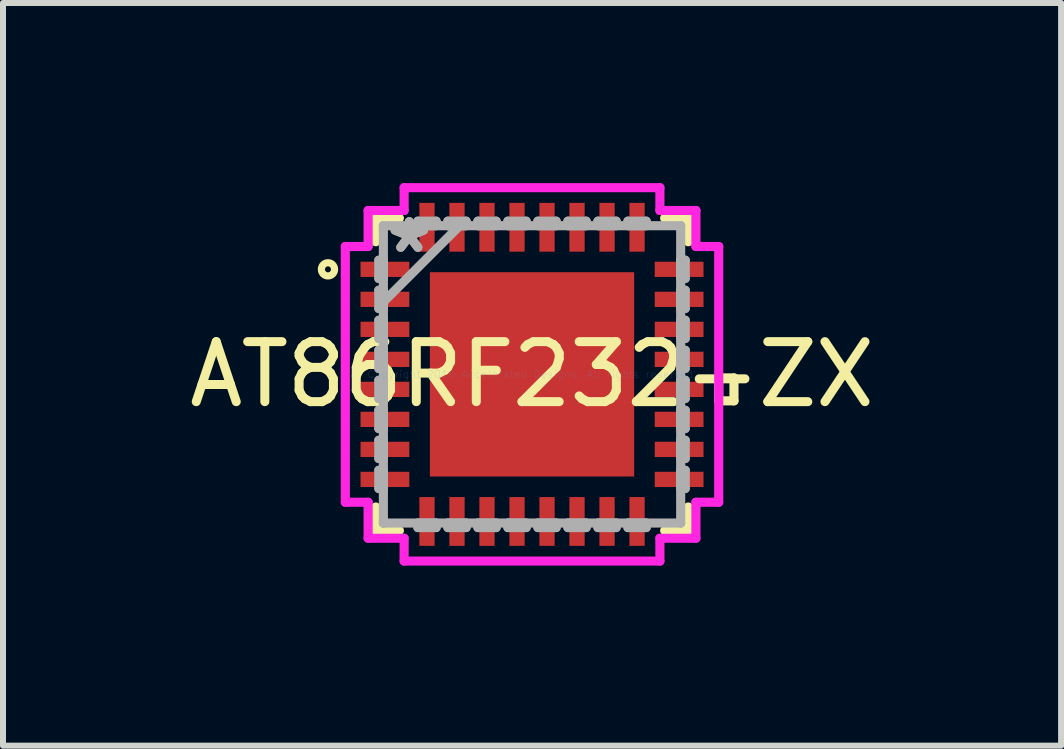
<source format=kicad_pcb>
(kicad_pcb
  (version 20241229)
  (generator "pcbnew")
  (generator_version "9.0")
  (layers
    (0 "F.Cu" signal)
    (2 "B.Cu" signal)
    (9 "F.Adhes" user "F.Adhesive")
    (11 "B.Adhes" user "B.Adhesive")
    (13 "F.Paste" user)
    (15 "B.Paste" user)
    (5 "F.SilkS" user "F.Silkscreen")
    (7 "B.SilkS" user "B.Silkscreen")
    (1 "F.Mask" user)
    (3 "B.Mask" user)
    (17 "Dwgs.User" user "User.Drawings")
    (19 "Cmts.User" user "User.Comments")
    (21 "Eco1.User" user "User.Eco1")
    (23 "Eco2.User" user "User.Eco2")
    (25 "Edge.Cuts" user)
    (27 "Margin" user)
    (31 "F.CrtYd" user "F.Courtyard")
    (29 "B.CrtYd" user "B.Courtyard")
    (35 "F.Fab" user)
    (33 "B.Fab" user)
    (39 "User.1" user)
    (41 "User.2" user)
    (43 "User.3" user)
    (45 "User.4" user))
  (footprint "AT86RF232-ZX"
    (layer "F.Cu")
    (at 5.815 3.188)
    (property "Reference" "AT86RF232-ZX" (at 0 0 0) (layer "F.SilkS") (effects (font (size 1 1) (thickness 0.15))))
    (attr through_hole)
    (fp_line (start -2.603 -2.603) (end -2.603 -2.21) (stroke (width 0.152) (type solid)) (layer "F.SilkS"))
    (fp_line (start -2.603 2.21) (end -2.603 2.603) (stroke (width 0.152) (type solid)) (layer "F.SilkS"))
    (fp_line (start -2.603 2.603) (end -2.21 2.603) (stroke (width 0.152) (type solid)) (layer "F.SilkS"))
    (fp_line (start -2.21 -2.603) (end -2.603 -2.603) (stroke (width 0.152) (type solid)) (layer "F.SilkS"))
    (fp_line (start 2.21 2.603) (end 2.603 2.603) (stroke (width 0.152) (type solid)) (layer "F.SilkS"))
    (fp_line (start 2.603 -2.603) (end 2.21 -2.603) (stroke (width 0.152) (type solid)) (layer "F.SilkS"))
    (fp_line (start 2.603 -2.21) (end 2.603 -2.603) (stroke (width 0.152) (type solid)) (layer "F.SilkS"))
    (fp_line (start 2.603 2.603) (end 2.603 2.21) (stroke (width 0.152) (type solid)) (layer "F.SilkS"))
    (fp_line (start 3.111 0.059) (end 3.365 0.059) (stroke (width 0.152) (type solid)) (layer "F.SilkS"))
    (fp_line (start 3.111 0.441) (end 3.111 0.059) (stroke (width 0.152) (type solid)) (layer "F.SilkS"))
    (fp_line (start 3.365 0.059) (end 3.365 0.441) (stroke (width 0.152) (type solid)) (layer "F.SilkS"))
    (fp_line (start 3.365 0.441) (end 3.111 0.441) (stroke (width 0.152) (type solid)) (layer "F.SilkS"))
    (fp_circle (center -3.4 -1.75) (end -3.45 -1.75) (stroke (width 0.12) (type solid)) (fill no) (layer "F.SilkS"))
    (fp_line (start -1.602 -1.602) (end -1.602 -0.1) (stroke (width 0.152) (type solid)) (layer "F.Paste"))
    (fp_line (start -1.602 -0.1) (end -0.1 -0.1) (stroke (width 0.152) (type solid)) (layer "F.Paste"))
    (fp_line (start -1.602 0.1) (end -1.602 1.602) (stroke (width 0.152) (type solid)) (layer "F.Paste"))
    (fp_line (start -1.602 1.602) (end -0.1 1.602) (stroke (width 0.152) (type solid)) (layer "F.Paste"))
    (fp_line (start -0.1 -1.602) (end -1.602 -1.602) (stroke (width 0.152) (type solid)) (layer "F.Paste"))
    (fp_line (start -0.1 -0.1) (end -0.1 -1.602) (stroke (width 0.152) (type solid)) (layer "F.Paste"))
    (fp_line (start -0.1 0.1) (end -1.602 0.1) (stroke (width 0.152) (type solid)) (layer "F.Paste"))
    (fp_line (start -0.1 1.602) (end -0.1 0.1) (stroke (width 0.152) (type solid)) (layer "F.Paste"))
    (fp_line (start 0.1 -1.602) (end 0.1 -0.1) (stroke (width 0.152) (type solid)) (layer "F.Paste"))
    (fp_line (start 0.1 -0.1) (end 1.602 -0.1) (stroke (width 0.152) (type solid)) (layer "F.Paste"))
    (fp_line (start 0.1 0.1) (end 0.1 1.602) (stroke (width 0.152) (type solid)) (layer "F.Paste"))
    (fp_line (start 0.1 1.602) (end 1.602 1.602) (stroke (width 0.152) (type solid)) (layer "F.Paste"))
    (fp_line (start 1.602 -1.602) (end 0.1 -1.602) (stroke (width 0.152) (type solid)) (layer "F.Paste"))
    (fp_line (start 1.602 -0.1) (end 1.602 -1.602) (stroke (width 0.152) (type solid)) (layer "F.Paste"))
    (fp_line (start 1.602 0.1) (end 0.1 0.1) (stroke (width 0.152) (type solid)) (layer "F.Paste"))
    (fp_line (start 1.602 1.602) (end 1.602 0.1) (stroke (width 0.152) (type solid)) (layer "F.Paste"))
    (fp_line (start -3.111 -2.131) (end -2.731 -2.131) (stroke (width 0.152) (type solid)) (layer "F.CrtYd"))
    (fp_line (start -3.111 2.131) (end -3.111 -2.131) (stroke (width 0.152) (type solid)) (layer "F.CrtYd"))
    (fp_line (start -2.731 -2.731) (end -2.131 -2.731) (stroke (width 0.152) (type solid)) (layer "F.CrtYd"))
    (fp_line (start -2.731 -2.131) (end -2.731 -2.731) (stroke (width 0.152) (type solid)) (layer "F.CrtYd"))
    (fp_line (start -2.731 2.131) (end -3.111 2.131) (stroke (width 0.152) (type solid)) (layer "F.CrtYd"))
    (fp_line (start -2.731 2.731) (end -2.731 2.131) (stroke (width 0.152) (type solid)) (layer "F.CrtYd"))
    (fp_line (start -2.131 -3.111) (end 2.131 -3.111) (stroke (width 0.152) (type solid)) (layer "F.CrtYd"))
    (fp_line (start -2.131 -2.731) (end -2.131 -3.111) (stroke (width 0.152) (type solid)) (layer "F.CrtYd"))
    (fp_line (start -2.131 2.731) (end -2.731 2.731) (stroke (width 0.152) (type solid)) (layer "F.CrtYd"))
    (fp_line (start -2.131 3.111) (end -2.131 2.731) (stroke (width 0.152) (type solid)) (layer "F.CrtYd"))
    (fp_line (start 2.131 -3.111) (end 2.131 -2.731) (stroke (width 0.152) (type solid)) (layer "F.CrtYd"))
    (fp_line (start 2.131 -2.731) (end 2.731 -2.731) (stroke (width 0.152) (type solid)) (layer "F.CrtYd"))
    (fp_line (start 2.131 2.731) (end 2.131 3.111) (stroke (width 0.152) (type solid)) (layer "F.CrtYd"))
    (fp_line (start 2.131 3.111) (end -2.131 3.111) (stroke (width 0.152) (type solid)) (layer "F.CrtYd"))
    (fp_line (start 2.731 -2.731) (end 2.731 -2.131) (stroke (width 0.152) (type solid)) (layer "F.CrtYd"))
    (fp_line (start 2.731 -2.131) (end 3.111 -2.131) (stroke (width 0.152) (type solid)) (layer "F.CrtYd"))
    (fp_line (start 2.731 2.131) (end 2.731 2.731) (stroke (width 0.152) (type solid)) (layer "F.CrtYd"))
    (fp_line (start 2.731 2.731) (end 2.131 2.731) (stroke (width 0.152) (type solid)) (layer "F.CrtYd"))
    (fp_line (start 3.111 -2.131) (end 3.111 2.131) (stroke (width 0.152) (type solid)) (layer "F.CrtYd"))
    (fp_line (start 3.111 2.131) (end 2.731 2.131) (stroke (width 0.152) (type solid)) (layer "F.CrtYd"))
    (fp_line (start -2.553 -1.902) (end -2.553 -1.598) (stroke (width 0.152) (type solid)) (layer "F.Fab"))
    (fp_line (start -2.553 -1.598) (end -2.477 -1.598) (stroke (width 0.152) (type solid)) (layer "F.Fab"))
    (fp_line (start -2.553 -1.402) (end -2.553 -1.098) (stroke (width 0.152) (type solid)) (layer "F.Fab"))
    (fp_line (start -2.553 -1.098) (end -2.477 -1.098) (stroke (width 0.152) (type solid)) (layer "F.Fab"))
    (fp_line (start -2.553 -0.902) (end -2.553 -0.598) (stroke (width 0.152) (type solid)) (layer "F.Fab"))
    (fp_line (start -2.553 -0.598) (end -2.477 -0.598) (stroke (width 0.152) (type solid)) (layer "F.Fab"))
    (fp_line (start -2.553 -0.402) (end -2.553 -0.098) (stroke (width 0.152) (type solid)) (layer "F.Fab"))
    (fp_line (start -2.553 -0.098) (end -2.477 -0.098) (stroke (width 0.152) (type solid)) (layer "F.Fab"))
    (fp_line (start -2.553 0.098) (end -2.553 0.402) (stroke (width 0.152) (type solid)) (layer "F.Fab"))
    (fp_line (start -2.553 0.402) (end -2.477 0.402) (stroke (width 0.152) (type solid)) (layer "F.Fab"))
    (fp_line (start -2.553 0.598) (end -2.553 0.902) (stroke (width 0.152) (type solid)) (layer "F.Fab"))
    (fp_line (start -2.553 0.902) (end -2.477 0.902) (stroke (width 0.152) (type solid)) (layer "F.Fab"))
    (fp_line (start -2.553 1.098) (end -2.553 1.402) (stroke (width 0.152) (type solid)) (layer "F.Fab"))
    (fp_line (start -2.553 1.402) (end -2.477 1.402) (stroke (width 0.152) (type solid)) (layer "F.Fab"))
    (fp_line (start -2.553 1.598) (end -2.553 1.902) (stroke (width 0.152) (type solid)) (layer "F.Fab"))
    (fp_line (start -2.553 1.902) (end -2.477 1.902) (stroke (width 0.152) (type solid)) (layer "F.Fab"))
    (fp_line (start -2.477 -2.477) (end -2.477 -2.477) (stroke (width 0.152) (type solid)) (layer "F.Fab"))
    (fp_line (start -2.477 -2.477) (end -2.477 2.477) (stroke (width 0.152) (type solid)) (layer "F.Fab"))
    (fp_line (start -2.477 -1.902) (end -2.553 -1.902) (stroke (width 0.152) (type solid)) (layer "F.Fab"))
    (fp_line (start -2.477 -1.598) (end -2.477 -1.902) (stroke (width 0.152) (type solid)) (layer "F.Fab"))
    (fp_line (start -2.477 -1.402) (end -2.553 -1.402) (stroke (width 0.152) (type solid)) (layer "F.Fab"))
    (fp_line (start -2.477 -1.206) (end -1.206 -2.477) (stroke (width 0.152) (type solid)) (layer "F.Fab"))
    (fp_line (start -2.477 -1.098) (end -2.477 -1.402) (stroke (width 0.152) (type solid)) (layer "F.Fab"))
    (fp_line (start -2.477 -0.902) (end -2.553 -0.902) (stroke (width 0.152) (type solid)) (layer "F.Fab"))
    (fp_line (start -2.477 -0.598) (end -2.477 -0.902) (stroke (width 0.152) (type solid)) (layer "F.Fab"))
    (fp_line (start -2.477 -0.402) (end -2.553 -0.402) (stroke (width 0.152) (type solid)) (layer "F.Fab"))
    (fp_line (start -2.477 -0.098) (end -2.477 -0.402) (stroke (width 0.152) (type solid)) (layer "F.Fab"))
    (fp_line (start -2.477 0.098) (end -2.553 0.098) (stroke (width 0.152) (type solid)) (layer "F.Fab"))
    (fp_line (start -2.477 0.402) (end -2.477 0.098) (stroke (width 0.152) (type solid)) (layer "F.Fab"))
    (fp_line (start -2.477 0.598) (end -2.553 0.598) (stroke (width 0.152) (type solid)) (layer "F.Fab"))
    (fp_line (start -2.477 0.902) (end -2.477 0.598) (stroke (width 0.152) (type solid)) (layer "F.Fab"))
    (fp_line (start -2.477 1.098) (end -2.553 1.098) (stroke (width 0.152) (type solid)) (layer "F.Fab"))
    (fp_line (start -2.477 1.402) (end -2.477 1.098) (stroke (width 0.152) (type solid)) (layer "F.Fab"))
    (fp_line (start -2.477 1.598) (end -2.553 1.598) (stroke (width 0.152) (type solid)) (layer "F.Fab"))
    (fp_line (start -2.477 1.902) (end -2.477 1.598) (stroke (width 0.152) (type solid)) (layer "F.Fab"))
    (fp_line (start -2.477 2.477) (end -2.477 2.477) (stroke (width 0.152) (type solid)) (layer "F.Fab"))
    (fp_line (start -2.477 2.477) (end 2.477 2.477) (stroke (width 0.152) (type solid)) (layer "F.Fab"))
    (fp_line (start -1.902 -2.553) (end -1.902 -2.477) (stroke (width 0.152) (type solid)) (layer "F.Fab"))
    (fp_line (start -1.902 -2.477) (end -1.598 -2.477) (stroke (width 0.152) (type solid)) (layer "F.Fab"))
    (fp_line (start -1.902 2.477) (end -1.902 2.553) (stroke (width 0.152) (type solid)) (layer "F.Fab"))
    (fp_line (start -1.902 2.553) (end -1.598 2.553) (stroke (width 0.152) (type solid)) (layer "F.Fab"))
    (fp_line (start -1.598 -2.553) (end -1.902 -2.553) (stroke (width 0.152) (type solid)) (layer "F.Fab"))
    (fp_line (start -1.598 -2.477) (end -1.598 -2.553) (stroke (width 0.152) (type solid)) (layer "F.Fab"))
    (fp_line (start -1.598 2.477) (end -1.902 2.477) (stroke (width 0.152) (type solid)) (layer "F.Fab"))
    (fp_line (start -1.598 2.553) (end -1.598 2.477) (stroke (width 0.152) (type solid)) (layer "F.Fab"))
    (fp_line (start -1.402 -2.553) (end -1.402 -2.477) (stroke (width 0.152) (type solid)) (layer "F.Fab"))
    (fp_line (start -1.402 -2.477) (end -1.098 -2.477) (stroke (width 0.152) (type solid)) (layer "F.Fab"))
    (fp_line (start -1.402 2.477) (end -1.402 2.553) (stroke (width 0.152) (type solid)) (layer "F.Fab"))
    (fp_line (start -1.402 2.553) (end -1.098 2.553) (stroke (width 0.152) (type solid)) (layer "F.Fab"))
    (fp_line (start -1.098 -2.553) (end -1.402 -2.553) (stroke (width 0.152) (type solid)) (layer "F.Fab"))
    (fp_line (start -1.098 -2.477) (end -1.098 -2.553) (stroke (width 0.152) (type solid)) (layer "F.Fab"))
    (fp_line (start -1.098 2.477) (end -1.402 2.477) (stroke (width 0.152) (type solid)) (layer "F.Fab"))
    (fp_line (start -1.098 2.553) (end -1.098 2.477) (stroke (width 0.152) (type solid)) (layer "F.Fab"))
    (fp_line (start -0.902 -2.553) (end -0.902 -2.477) (stroke (width 0.152) (type solid)) (layer "F.Fab"))
    (fp_line (start -0.902 -2.477) (end -0.598 -2.477) (stroke (width 0.152) (type solid)) (layer "F.Fab"))
    (fp_line (start -0.902 2.477) (end -0.902 2.553) (stroke (width 0.152) (type solid)) (layer "F.Fab"))
    (fp_line (start -0.902 2.553) (end -0.598 2.553) (stroke (width 0.152) (type solid)) (layer "F.Fab"))
    (fp_line (start -0.598 -2.553) (end -0.902 -2.553) (stroke (width 0.152) (type solid)) (layer "F.Fab"))
    (fp_line (start -0.598 -2.477) (end -0.598 -2.553) (stroke (width 0.152) (type solid)) (layer "F.Fab"))
    (fp_line (start -0.598 2.477) (end -0.902 2.477) (stroke (width 0.152) (type solid)) (layer "F.Fab"))
    (fp_line (start -0.598 2.553) (end -0.598 2.477) (stroke (width 0.152) (type solid)) (layer "F.Fab"))
    (fp_line (start -0.402 -2.553) (end -0.402 -2.477) (stroke (width 0.152) (type solid)) (layer "F.Fab"))
    (fp_line (start -0.402 -2.477) (end -0.098 -2.477) (stroke (width 0.152) (type solid)) (layer "F.Fab"))
    (fp_line (start -0.402 2.477) (end -0.402 2.553) (stroke (width 0.152) (type solid)) (layer "F.Fab"))
    (fp_line (start -0.402 2.553) (end -0.098 2.553) (stroke (width 0.152) (type solid)) (layer "F.Fab"))
    (fp_line (start -0.098 -2.553) (end -0.402 -2.553) (stroke (width 0.152) (type solid)) (layer "F.Fab"))
    (fp_line (start -0.098 -2.477) (end -0.098 -2.553) (stroke (width 0.152) (type solid)) (layer "F.Fab"))
    (fp_line (start -0.098 2.477) (end -0.402 2.477) (stroke (width 0.152) (type solid)) (layer "F.Fab"))
    (fp_line (start -0.098 2.553) (end -0.098 2.477) (stroke (width 0.152) (type solid)) (layer "F.Fab"))
    (fp_line (start 0.098 -2.553) (end 0.098 -2.477) (stroke (width 0.152) (type solid)) (layer "F.Fab"))
    (fp_line (start 0.098 -2.477) (end 0.402 -2.477) (stroke (width 0.152) (type solid)) (layer "F.Fab"))
    (fp_line (start 0.098 2.477) (end 0.098 2.553) (stroke (width 0.152) (type solid)) (layer "F.Fab"))
    (fp_line (start 0.098 2.553) (end 0.402 2.553) (stroke (width 0.152) (type solid)) (layer "F.Fab"))
    (fp_line (start 0.402 -2.553) (end 0.098 -2.553) (stroke (width 0.152) (type solid)) (layer "F.Fab"))
    (fp_line (start 0.402 -2.477) (end 0.402 -2.553) (stroke (width 0.152) (type solid)) (layer "F.Fab"))
    (fp_line (start 0.402 2.477) (end 0.098 2.477) (stroke (width 0.152) (type solid)) (layer "F.Fab"))
    (fp_line (start 0.402 2.553) (end 0.402 2.477) (stroke (width 0.152) (type solid)) (layer "F.Fab"))
    (fp_line (start 0.598 -2.553) (end 0.598 -2.477) (stroke (width 0.152) (type solid)) (layer "F.Fab"))
    (fp_line (start 0.598 -2.477) (end 0.902 -2.477) (stroke (width 0.152) (type solid)) (layer "F.Fab"))
    (fp_line (start 0.598 2.477) (end 0.598 2.553) (stroke (width 0.152) (type solid)) (layer "F.Fab"))
    (fp_line (start 0.598 2.553) (end 0.902 2.553) (stroke (width 0.152) (type solid)) (layer "F.Fab"))
    (fp_line (start 0.902 -2.553) (end 0.598 -2.553) (stroke (width 0.152) (type solid)) (layer "F.Fab"))
    (fp_line (start 0.902 -2.477) (end 0.902 -2.553) (stroke (width 0.152) (type solid)) (layer "F.Fab"))
    (fp_line (start 0.902 2.477) (end 0.598 2.477) (stroke (width 0.152) (type solid)) (layer "F.Fab"))
    (fp_line (start 0.902 2.553) (end 0.902 2.477) (stroke (width 0.152) (type solid)) (layer "F.Fab"))
    (fp_line (start 1.098 -2.553) (end 1.098 -2.477) (stroke (width 0.152) (type solid)) (layer "F.Fab"))
    (fp_line (start 1.098 -2.477) (end 1.402 -2.477) (stroke (width 0.152) (type solid)) (layer "F.Fab"))
    (fp_line (start 1.098 2.477) (end 1.098 2.553) (stroke (width 0.152) (type solid)) (layer "F.Fab"))
    (fp_line (start 1.098 2.553) (end 1.402 2.553) (stroke (width 0.152) (type solid)) (layer "F.Fab"))
    (fp_line (start 1.402 -2.553) (end 1.098 -2.553) (stroke (width 0.152) (type solid)) (layer "F.Fab"))
    (fp_line (start 1.402 -2.477) (end 1.402 -2.553) (stroke (width 0.152) (type solid)) (layer "F.Fab"))
    (fp_line (start 1.402 2.477) (end 1.098 2.477) (stroke (width 0.152) (type solid)) (layer "F.Fab"))
    (fp_line (start 1.402 2.553) (end 1.402 2.477) (stroke (width 0.152) (type solid)) (layer "F.Fab"))
    (fp_line (start 1.598 -2.553) (end 1.598 -2.477) (stroke (width 0.152) (type solid)) (layer "F.Fab"))
    (fp_line (start 1.598 -2.477) (end 1.902 -2.477) (stroke (width 0.152) (type solid)) (layer "F.Fab"))
    (fp_line (start 1.598 2.477) (end 1.598 2.553) (stroke (width 0.152) (type solid)) (layer "F.Fab"))
    (fp_line (start 1.598 2.553) (end 1.902 2.553) (stroke (width 0.152) (type solid)) (layer "F.Fab"))
    (fp_line (start 1.902 -2.553) (end 1.598 -2.553) (stroke (width 0.152) (type solid)) (layer "F.Fab"))
    (fp_line (start 1.902 -2.477) (end 1.902 -2.553) (stroke (width 0.152) (type solid)) (layer "F.Fab"))
    (fp_line (start 1.902 2.477) (end 1.598 2.477) (stroke (width 0.152) (type solid)) (layer "F.Fab"))
    (fp_line (start 1.902 2.553) (end 1.902 2.477) (stroke (width 0.152) (type solid)) (layer "F.Fab"))
    (fp_line (start 2.477 -2.477) (end -2.477 -2.477) (stroke (width 0.152) (type solid)) (layer "F.Fab"))
    (fp_line (start 2.477 -2.477) (end 2.477 -2.477) (stroke (width 0.152) (type solid)) (layer "F.Fab"))
    (fp_line (start 2.477 -1.902) (end 2.477 -1.598) (stroke (width 0.152) (type solid)) (layer "F.Fab"))
    (fp_line (start 2.477 -1.598) (end 2.553 -1.598) (stroke (width 0.152) (type solid)) (layer "F.Fab"))
    (fp_line (start 2.477 -1.402) (end 2.477 -1.098) (stroke (width 0.152) (type solid)) (layer "F.Fab"))
    (fp_line (start 2.477 -1.098) (end 2.553 -1.098) (stroke (width 0.152) (type solid)) (layer "F.Fab"))
    (fp_line (start 2.477 -0.902) (end 2.477 -0.598) (stroke (width 0.152) (type solid)) (layer "F.Fab"))
    (fp_line (start 2.477 -0.598) (end 2.553 -0.598) (stroke (width 0.152) (type solid)) (layer "F.Fab"))
    (fp_line (start 2.477 -0.402) (end 2.477 -0.098) (stroke (width 0.152) (type solid)) (layer "F.Fab"))
    (fp_line (start 2.477 -0.098) (end 2.553 -0.098) (stroke (width 0.152) (type solid)) (layer "F.Fab"))
    (fp_line (start 2.477 0.098) (end 2.477 0.402) (stroke (width 0.152) (type solid)) (layer "F.Fab"))
    (fp_line (start 2.477 0.402) (end 2.553 0.402) (stroke (width 0.152) (type solid)) (layer "F.Fab"))
    (fp_line (start 2.477 0.598) (end 2.477 0.902) (stroke (width 0.152) (type solid)) (layer "F.Fab"))
    (fp_line (start 2.477 0.902) (end 2.553 0.902) (stroke (width 0.152) (type solid)) (layer "F.Fab"))
    (fp_line (start 2.477 1.098) (end 2.477 1.402) (stroke (width 0.152) (type solid)) (layer "F.Fab"))
    (fp_line (start 2.477 1.402) (end 2.553 1.402) (stroke (width 0.152) (type solid)) (layer "F.Fab"))
    (fp_line (start 2.477 1.598) (end 2.477 1.902) (stroke (width 0.152) (type solid)) (layer "F.Fab"))
    (fp_line (start 2.477 1.902) (end 2.553 1.902) (stroke (width 0.152) (type solid)) (layer "F.Fab"))
    (fp_line (start 2.477 2.477) (end 2.477 -2.477) (stroke (width 0.152) (type solid)) (layer "F.Fab"))
    (fp_line (start 2.477 2.477) (end 2.477 2.477) (stroke (width 0.152) (type solid)) (layer "F.Fab"))
    (fp_line (start 2.553 -1.902) (end 2.477 -1.902) (stroke (width 0.152) (type solid)) (layer "F.Fab"))
    (fp_line (start 2.553 -1.598) (end 2.553 -1.902) (stroke (width 0.152) (type solid)) (layer "F.Fab"))
    (fp_line (start 2.553 -1.402) (end 2.477 -1.402) (stroke (width 0.152) (type solid)) (layer "F.Fab"))
    (fp_line (start 2.553 -1.098) (end 2.553 -1.402) (stroke (width 0.152) (type solid)) (layer "F.Fab"))
    (fp_line (start 2.553 -0.902) (end 2.477 -0.902) (stroke (width 0.152) (type solid)) (layer "F.Fab"))
    (fp_line (start 2.553 -0.598) (end 2.553 -0.902) (stroke (width 0.152) (type solid)) (layer "F.Fab"))
    (fp_line (start 2.553 -0.402) (end 2.477 -0.402) (stroke (width 0.152) (type solid)) (layer "F.Fab"))
    (fp_line (start 2.553 -0.098) (end 2.553 -0.402) (stroke (width 0.152) (type solid)) (layer "F.Fab"))
    (fp_line (start 2.553 0.098) (end 2.477 0.098) (stroke (width 0.152) (type solid)) (layer "F.Fab"))
    (fp_line (start 2.553 0.402) (end 2.553 0.098) (stroke (width 0.152) (type solid)) (layer "F.Fab"))
    (fp_line (start 2.553 0.598) (end 2.477 0.598) (stroke (width 0.152) (type solid)) (layer "F.Fab"))
    (fp_line (start 2.553 0.902) (end 2.553 0.598) (stroke (width 0.152) (type solid)) (layer "F.Fab"))
    (fp_line (start 2.553 1.098) (end 2.477 1.098) (stroke (width 0.152) (type solid)) (layer "F.Fab"))
    (fp_line (start 2.553 1.402) (end 2.553 1.098) (stroke (width 0.152) (type solid)) (layer "F.Fab"))
    (fp_line (start 2.553 1.598) (end 2.477 1.598) (stroke (width 0.152) (type solid)) (layer "F.Fab"))
    (fp_line (start 2.553 1.902) (end 2.553 1.598) (stroke (width 0.152) (type solid)) (layer "F.Fab"))
    (fp_text user "Copyright 2016 Accelerated Designs. All rights reserved." (at 0 0 0) (layer "Cmts.User") (effects (font (size 0.127 0.127) (thickness 0.002))))
    (fp_text user "*" (at -2.045 -2 0) (layer "F.Fab") (effects (font (size 1 1) (thickness 0.15))))
    (fp_text user "*" (at -2.045 -2 0) (layer "F.Fab") (effects (font (size 1 1) (thickness 0.15))))
    (pad "1" smd rect (at -2.451 -1.75 90) (size 0.254 0.813) (layers "F.Cu" "F.Mask" "F.Paste"))
    (pad "2" smd rect (at -2.451 -1.25 90) (size 0.254 0.813) (layers "F.Cu" "F.Mask" "F.Paste"))
    (pad "3" smd rect (at -2.451 -0.75 90) (size 0.254 0.813) (layers "F.Cu" "F.Mask" "F.Paste"))
    (pad "4" smd rect (at -2.451 -0.25 90) (size 0.254 0.813) (layers "F.Cu" "F.Mask" "F.Paste"))
    (pad "5" smd rect (at -2.451 0.25 90) (size 0.254 0.813) (layers "F.Cu" "F.Mask" "F.Paste"))
    (pad "6" smd rect (at -2.451 0.75 90) (size 0.254 0.813) (layers "F.Cu" "F.Mask" "F.Paste"))
    (pad "7" smd rect (at -2.451 1.25 90) (size 0.254 0.813) (layers "F.Cu" "F.Mask" "F.Paste"))
    (pad "8" smd rect (at -2.451 1.75 90) (size 0.254 0.813) (layers "F.Cu" "F.Mask" "F.Paste"))
    (pad "9" smd rect (at -1.75 2.451) (size 0.254 0.813) (layers "F.Cu" "F.Mask" "F.Paste"))
    (pad "10" smd rect (at -1.25 2.451) (size 0.254 0.813) (layers "F.Cu" "F.Mask" "F.Paste"))
    (pad "11" smd rect (at -0.75 2.451) (size 0.254 0.813) (layers "F.Cu" "F.Mask" "F.Paste"))
    (pad "12" smd rect (at -0.25 2.451) (size 0.254 0.813) (layers "F.Cu" "F.Mask" "F.Paste"))
    (pad "13" smd rect (at 0.25 2.451) (size 0.254 0.813) (layers "F.Cu" "F.Mask" "F.Paste"))
    (pad "14" smd rect (at 0.75 2.451) (size 0.254 0.813) (layers "F.Cu" "F.Mask" "F.Paste"))
    (pad "15" smd rect (at 1.25 2.451) (size 0.254 0.813) (layers "F.Cu" "F.Mask" "F.Paste"))
    (pad "16" smd rect (at 1.75 2.451) (size 0.254 0.813) (layers "F.Cu" "F.Mask" "F.Paste"))
    (pad "17" smd rect (at 2.451 1.75 90) (size 0.254 0.813) (layers "F.Cu" "F.Mask" "F.Paste"))
    (pad "18" smd rect (at 2.451 1.25 90) (size 0.254 0.813) (layers "F.Cu" "F.Mask" "F.Paste"))
    (pad "19" smd rect (at 2.451 0.75 90) (size 0.254 0.813) (layers "F.Cu" "F.Mask" "F.Paste"))
    (pad "20" smd rect (at 2.451 0.25 90) (size 0.254 0.813) (layers "F.Cu" "F.Mask" "F.Paste"))
    (pad "21" smd rect (at 2.451 -0.25 90) (size 0.254 0.813) (layers "F.Cu" "F.Mask" "F.Paste"))
    (pad "22" smd rect (at 2.451 -0.75 90) (size 0.254 0.813) (layers "F.Cu" "F.Mask" "F.Paste"))
    (pad "23" smd rect (at 2.451 -1.25 90) (size 0.254 0.813) (layers "F.Cu" "F.Mask" "F.Paste"))
    (pad "24" smd rect (at 2.451 -1.75 90) (size 0.254 0.813) (layers "F.Cu" "F.Mask" "F.Paste"))
    (pad "25" smd rect (at 1.75 -2.451) (size 0.254 0.813) (layers "F.Cu" "F.Mask" "F.Paste"))
    (pad "26" smd rect (at 1.25 -2.451) (size 0.254 0.813) (layers "F.Cu" "F.Mask" "F.Paste"))
    (pad "27" smd rect (at 0.75 -2.451) (size 0.254 0.813) (layers "F.Cu" "F.Mask" "F.Paste"))
    (pad "28" smd rect (at 0.25 -2.451) (size 0.254 0.813) (layers "F.Cu" "F.Mask" "F.Paste"))
    (pad "29" smd rect (at -0.25 -2.451) (size 0.254 0.813) (layers "F.Cu" "F.Mask" "F.Paste"))
    (pad "30" smd rect (at -0.75 -2.451) (size 0.254 0.813) (layers "F.Cu" "F.Mask" "F.Paste"))
    (pad "31" smd rect (at -1.25 -2.451) (size 0.254 0.813) (layers "F.Cu" "F.Mask" "F.Paste"))
    (pad "32" smd rect (at -1.75 -2.451) (size 0.254 0.813) (layers "F.Cu" "F.Mask" "F.Paste"))
    (pad "33" smd rect (at 0 0) (size 3.404 3.404) (layers "F.Cu" "F.Mask" "F.Paste")))
  (gr_rect
    (start -3 -3)
    (end 14.631 9.375)
    (stroke (width 0.1) (type default))
    (fill no)
    (layer "Edge.Cuts")))
</source>
